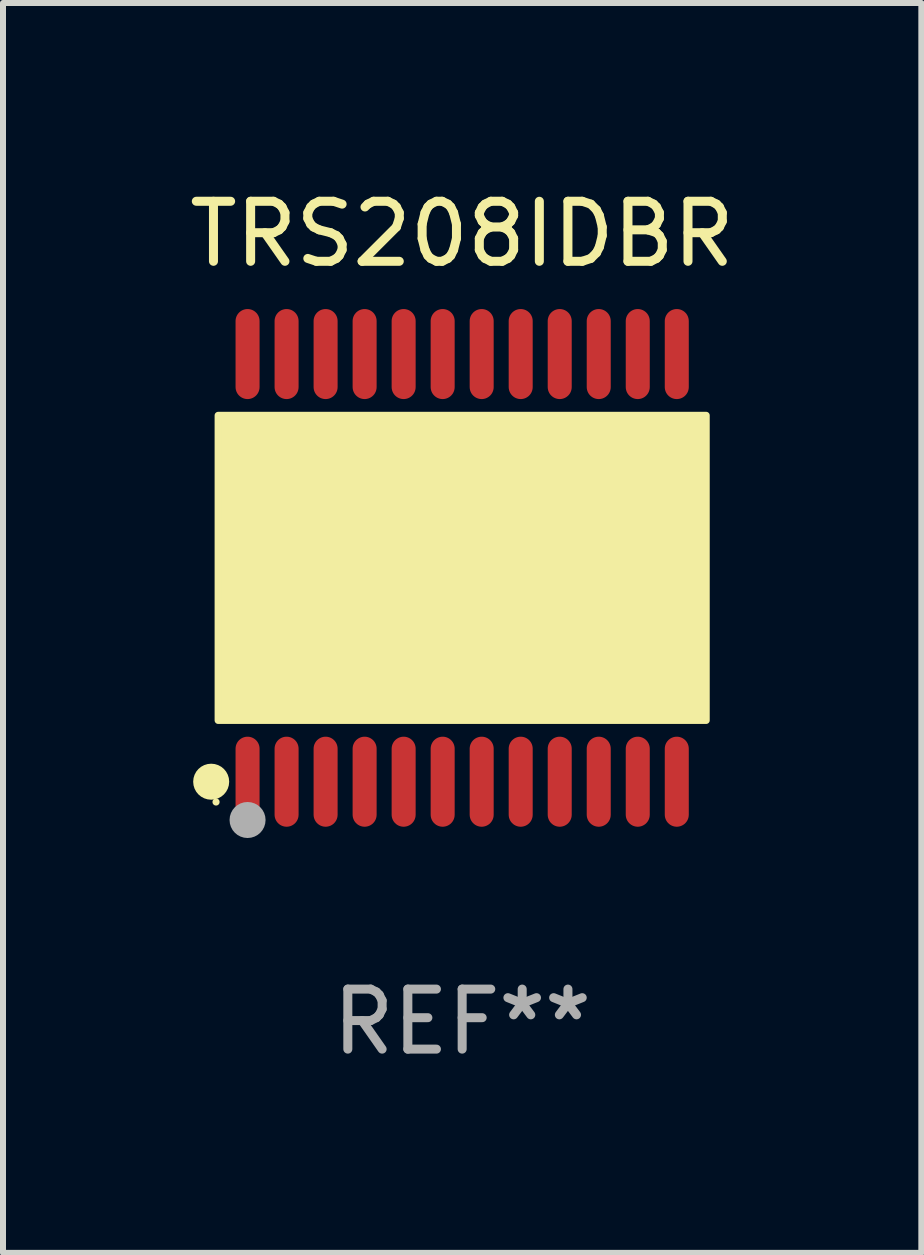
<source format=kicad_pcb>
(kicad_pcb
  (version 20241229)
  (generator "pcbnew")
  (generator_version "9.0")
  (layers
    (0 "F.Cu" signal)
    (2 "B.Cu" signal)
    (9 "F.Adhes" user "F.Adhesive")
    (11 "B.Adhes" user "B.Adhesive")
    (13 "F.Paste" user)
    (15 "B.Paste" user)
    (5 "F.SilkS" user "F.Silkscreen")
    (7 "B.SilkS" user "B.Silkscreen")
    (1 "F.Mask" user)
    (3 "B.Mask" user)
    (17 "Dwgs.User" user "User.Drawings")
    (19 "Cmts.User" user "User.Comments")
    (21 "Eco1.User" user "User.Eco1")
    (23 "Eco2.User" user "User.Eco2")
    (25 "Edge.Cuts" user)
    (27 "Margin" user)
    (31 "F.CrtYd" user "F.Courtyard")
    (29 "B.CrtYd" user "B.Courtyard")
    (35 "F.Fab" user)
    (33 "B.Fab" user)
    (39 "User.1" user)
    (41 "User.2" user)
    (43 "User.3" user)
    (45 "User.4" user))
  (footprint "TRS208IDBR"
    (layer "F.Cu")
    (at 4.649 6.41)
    (property "Reference" "TRS208IDBR" (at 0 -5.562 0) (layer "F.SilkS") (effects (font (size 1 1) (thickness 0.15))))
    (attr through_hole)
    (fp_circle (center -4.181 3.562) (end -4.031 3.562) (stroke (width 0.3) (type solid)) (fill no) (layer "F.SilkS"))
    (fp_circle (center -4.1 3.9) (end -4.07 3.9) (stroke (width 0.06) (type solid)) (fill no) (layer "F.SilkS"))
    (fp_circle (center -3.575 1.819) (end -3.425 1.819) (stroke (width 0.3) (type solid)) (fill no) (layer "F.SilkS"))
    (fp_poly (pts (xy -4.064 -2.54) (xy 4.064 -2.54) (xy 4.064 2.54) (xy -4.064 2.54)) (stroke (width 0.12) (type solid)) (fill yes) (layer "F.SilkS"))
    (fp_circle (center -3.575 4.2) (end -3.425 4.2) (stroke (width 0.3) (type solid)) (fill no) (layer "F.Fab"))
    (fp_text user "REF**" (at 0 7.562 0) (layer "F.Fab") (effects (font (size 1 1) (thickness 0.15))))
    (pad "1" smd oval (at -3.575 3.562) (size 0.4 1.5) (layers "F.Cu" "F.Mask" "F.Paste"))
    (pad "2" smd oval (at -2.925 3.562) (size 0.4 1.5) (layers "F.Cu" "F.Mask" "F.Paste"))
    (pad "3" smd oval (at -2.275 3.562) (size 0.4 1.5) (layers "F.Cu" "F.Mask" "F.Paste"))
    (pad "4" smd oval (at -1.625 3.562) (size 0.4 1.5) (layers "F.Cu" "F.Mask" "F.Paste"))
    (pad "5" smd oval (at -0.975 3.562) (size 0.4 1.5) (layers "F.Cu" "F.Mask" "F.Paste"))
    (pad "6" smd oval (at -0.325 3.562) (size 0.4 1.5) (layers "F.Cu" "F.Mask" "F.Paste"))
    (pad "7" smd oval (at 0.325 3.562) (size 0.4 1.5) (layers "F.Cu" "F.Mask" "F.Paste"))
    (pad "8" smd oval (at 0.975 3.562) (size 0.4 1.5) (layers "F.Cu" "F.Mask" "F.Paste"))
    (pad "9" smd oval (at 1.625 3.562) (size 0.4 1.5) (layers "F.Cu" "F.Mask" "F.Paste"))
    (pad "10" smd oval (at 2.275 3.562) (size 0.4 1.5) (layers "F.Cu" "F.Mask" "F.Paste"))
    (pad "11" smd oval (at 2.925 3.562) (size 0.4 1.5) (layers "F.Cu" "F.Mask" "F.Paste"))
    (pad "12" smd oval (at 3.575 3.562) (size 0.4 1.5) (layers "F.Cu" "F.Mask" "F.Paste"))
    (pad "13" smd oval (at 3.575 -3.562) (size 0.4 1.5) (layers "F.Cu" "F.Mask" "F.Paste"))
    (pad "14" smd oval (at 2.925 -3.562) (size 0.4 1.5) (layers "F.Cu" "F.Mask" "F.Paste"))
    (pad "15" smd oval (at 2.275 -3.562) (size 0.4 1.5) (layers "F.Cu" "F.Mask" "F.Paste"))
    (pad "16" smd oval (at 1.625 -3.562) (size 0.4 1.5) (layers "F.Cu" "F.Mask" "F.Paste"))
    (pad "17" smd oval (at 0.975 -3.562) (size 0.4 1.5) (layers "F.Cu" "F.Mask" "F.Paste"))
    (pad "18" smd oval (at 0.325 -3.562) (size 0.4 1.5) (layers "F.Cu" "F.Mask" "F.Paste"))
    (pad "19" smd oval (at -0.325 -3.562) (size 0.4 1.5) (layers "F.Cu" "F.Mask" "F.Paste"))
    (pad "20" smd oval (at -0.975 -3.562) (size 0.4 1.5) (layers "F.Cu" "F.Mask" "F.Paste"))
    (pad "21" smd oval (at -1.625 -3.562) (size 0.4 1.5) (layers "F.Cu" "F.Mask" "F.Paste"))
    (pad "22" smd oval (at -2.275 -3.562) (size 0.4 1.5) (layers "F.Cu" "F.Mask" "F.Paste"))
    (pad "23" smd oval (at -2.925 -3.562) (size 0.4 1.5) (layers "F.Cu" "F.Mask" "F.Paste"))
    (pad "24" smd oval (at -3.575 -3.562) (size 0.4 1.5) (layers "F.Cu" "F.Mask" "F.Paste")))
  (gr_rect
    (start -3 -3)
    (end 12.298 17.821)
    (stroke (width 0.1) (type default))
    (fill no)
    (layer "Edge.Cuts")))
</source>
